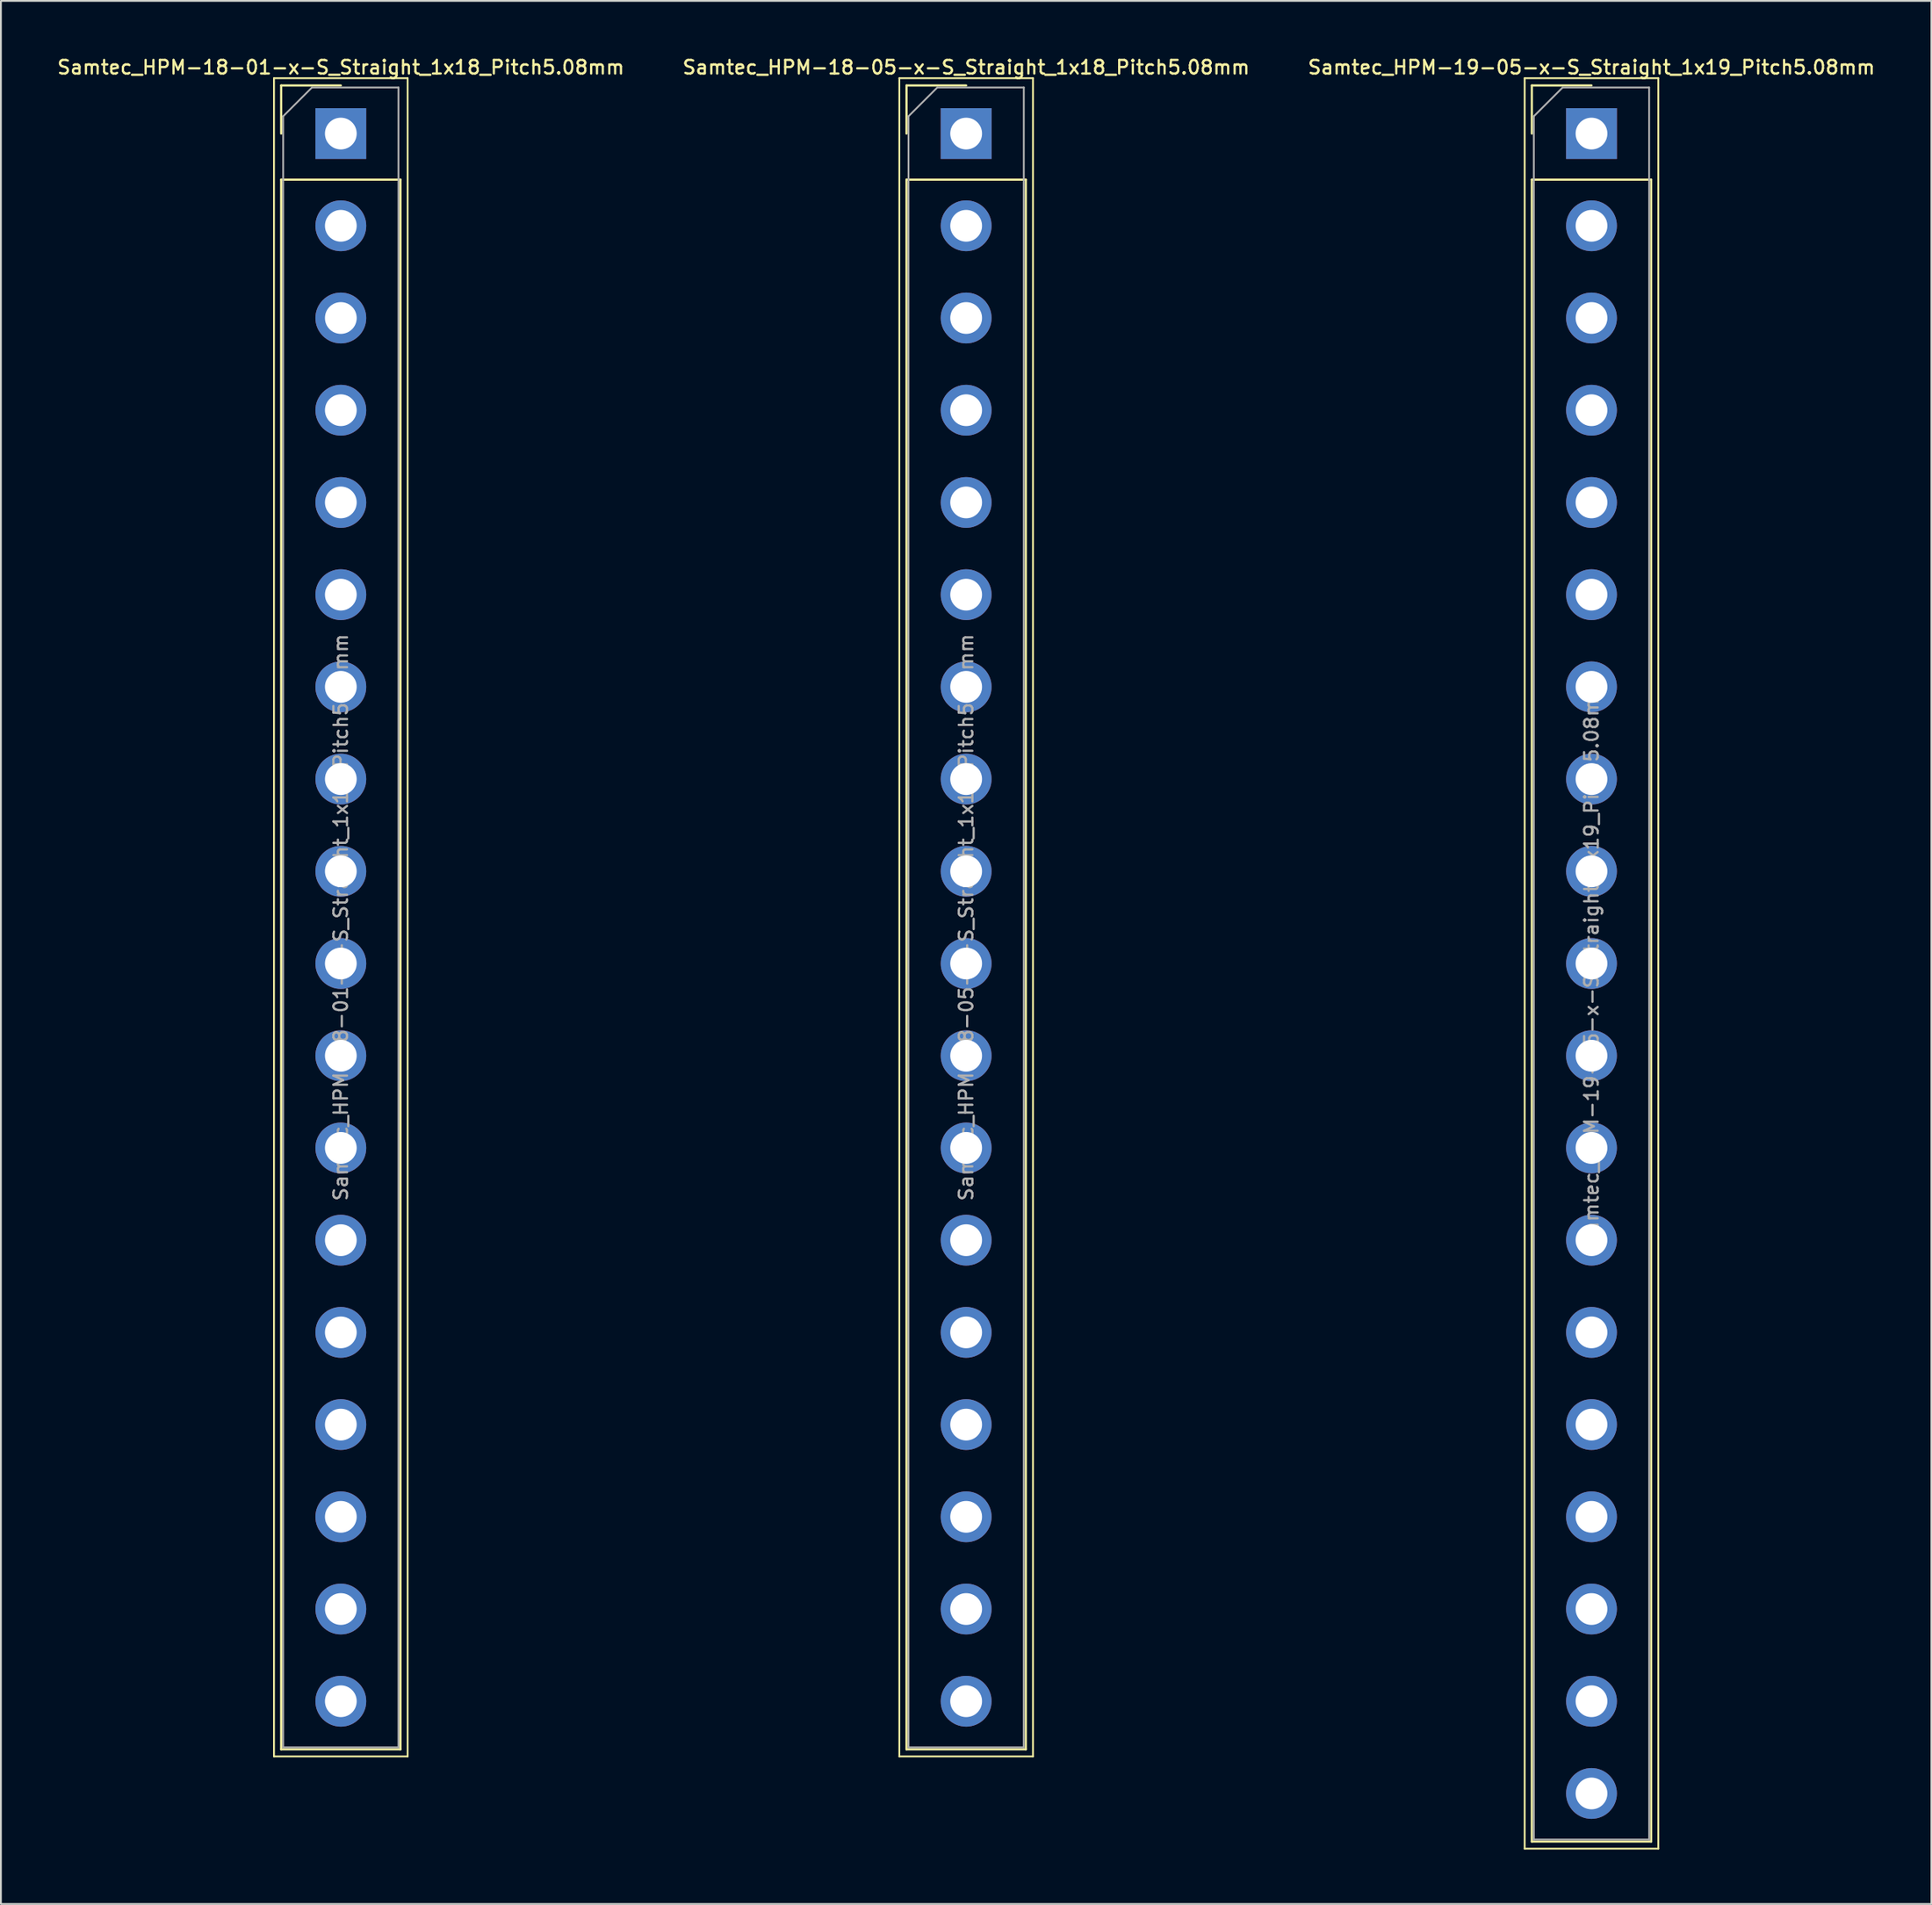
<source format=kicad_pcb>
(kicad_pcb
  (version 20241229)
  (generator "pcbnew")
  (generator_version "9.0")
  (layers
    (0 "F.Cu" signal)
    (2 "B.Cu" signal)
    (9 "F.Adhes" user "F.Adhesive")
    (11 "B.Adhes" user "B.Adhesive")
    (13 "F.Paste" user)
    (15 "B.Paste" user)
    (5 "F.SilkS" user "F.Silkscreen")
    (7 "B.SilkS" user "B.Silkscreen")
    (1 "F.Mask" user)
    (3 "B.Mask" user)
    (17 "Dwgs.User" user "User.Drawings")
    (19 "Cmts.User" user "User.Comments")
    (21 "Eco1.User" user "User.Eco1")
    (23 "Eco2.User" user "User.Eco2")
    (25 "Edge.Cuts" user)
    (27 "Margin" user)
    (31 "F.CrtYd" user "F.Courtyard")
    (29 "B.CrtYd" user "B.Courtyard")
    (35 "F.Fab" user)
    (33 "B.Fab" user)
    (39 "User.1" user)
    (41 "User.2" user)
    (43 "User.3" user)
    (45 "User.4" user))
  (footprint "Samtec_HPM-19-05-x-S_Straight_1x19_Pitch5.08mm"
    (layer "F.Cu")
    (at 84.598 4.308)
    (property "Reference" "Samtec_HPM-19-05-x-S_Straight_1x19_Pitch5.08mm" (at 0 -3.65 0) (layer "F.SilkS") (effects (font (size 0.75 0.75) (thickness 0.125))))
    (attr through_hole)
    (fp_line (start -3.68 -3.05) (end -3.68 94.48) (stroke (width 0.1) (type solid)) (layer "F.SilkS"))
    (fp_line (start -3.68 94.48) (end 3.68 94.48) (stroke (width 0.1) (type solid)) (layer "F.SilkS"))
    (fp_line (start -3.285 -2.65) (end 0 -2.65) (stroke (width 0.12) (type solid)) (layer "F.SilkS"))
    (fp_line (start -3.285 0) (end -3.285 -2.65) (stroke (width 0.12) (type solid)) (layer "F.SilkS"))
    (fp_line (start -3.285 2.54) (end -3.285 94.09) (stroke (width 0.12) (type solid)) (layer "F.SilkS"))
    (fp_line (start -3.285 2.54) (end 3.285 2.54) (stroke (width 0.12) (type solid)) (layer "F.SilkS"))
    (fp_line (start -3.285 94.09) (end 3.285 94.09) (stroke (width 0.12) (type solid)) (layer "F.SilkS"))
    (fp_line (start 3.285 2.54) (end 3.285 94.09) (stroke (width 0.12) (type solid)) (layer "F.SilkS"))
    (fp_line (start 3.68 -3.05) (end -3.68 -3.05) (stroke (width 0.1) (type solid)) (layer "F.SilkS"))
    (fp_line (start 3.68 94.48) (end 3.68 -3.05) (stroke (width 0.1) (type solid)) (layer "F.SilkS"))
    (fp_line (start -3.175 -0.953) (end -1.587 -2.54) (stroke (width 0.1) (type solid)) (layer "F.Fab"))
    (fp_line (start -3.175 93.98) (end -3.175 -0.953) (stroke (width 0.1) (type solid)) (layer "F.Fab"))
    (fp_line (start -1.587 -2.54) (end 3.175 -2.54) (stroke (width 0.1) (type solid)) (layer "F.Fab"))
    (fp_line (start 3.175 -2.54) (end 3.175 93.98) (stroke (width 0.1) (type solid)) (layer "F.Fab"))
    (fp_line (start 3.175 93.98) (end -3.175 93.98) (stroke (width 0.1) (type solid)) (layer "F.Fab"))
    (fp_text user "${REFERENCE}" (at 0 45.72 90) (layer "F.Fab") (effects (font (size 0.75 0.75) (thickness 0.125))))
    (pad "1" thru_hole rect (at 0 0) (size 2.8 2.8) (drill 1.75) (layers "*.Cu" "*.Mask"))
    (pad "2" thru_hole circle (at 0 5.08) (size 2.8 2.8) (drill 1.75) (layers "*.Cu" "*.Mask"))
    (pad "3" thru_hole circle (at 0 10.16) (size 2.8 2.8) (drill 1.75) (layers "*.Cu" "*.Mask"))
    (pad "4" thru_hole circle (at 0 15.24) (size 2.8 2.8) (drill 1.75) (layers "*.Cu" "*.Mask"))
    (pad "5" thru_hole circle (at 0 20.32) (size 2.8 2.8) (drill 1.75) (layers "*.Cu" "*.Mask"))
    (pad "6" thru_hole circle (at 0 25.4) (size 2.8 2.8) (drill 1.75) (layers "*.Cu" "*.Mask"))
    (pad "7" thru_hole circle (at 0 30.48) (size 2.8 2.8) (drill 1.75) (layers "*.Cu" "*.Mask"))
    (pad "8" thru_hole circle (at 0 35.56) (size 2.8 2.8) (drill 1.75) (layers "*.Cu" "*.Mask"))
    (pad "9" thru_hole circle (at 0 40.64) (size 2.8 2.8) (drill 1.75) (layers "*.Cu" "*.Mask"))
    (pad "10" thru_hole circle (at 0 45.72) (size 2.8 2.8) (drill 1.75) (layers "*.Cu" "*.Mask"))
    (pad "11" thru_hole circle (at 0 50.8) (size 2.8 2.8) (drill 1.75) (layers "*.Cu" "*.Mask"))
    (pad "12" thru_hole circle (at 0 55.88) (size 2.8 2.8) (drill 1.75) (layers "*.Cu" "*.Mask"))
    (pad "13" thru_hole circle (at 0 60.96) (size 2.8 2.8) (drill 1.75) (layers "*.Cu" "*.Mask"))
    (pad "14" thru_hole circle (at 0 66.04) (size 2.8 2.8) (drill 1.75) (layers "*.Cu" "*.Mask"))
    (pad "15" thru_hole circle (at 0 71.12) (size 2.8 2.8) (drill 1.75) (layers "*.Cu" "*.Mask"))
    (pad "16" thru_hole circle (at 0 76.2) (size 2.8 2.8) (drill 1.75) (layers "*.Cu" "*.Mask"))
    (pad "17" thru_hole circle (at 0 81.28) (size 2.8 2.8) (drill 1.75) (layers "*.Cu" "*.Mask"))
    (pad "18" thru_hole circle (at 0 86.36) (size 2.8 2.8) (drill 1.75) (layers "*.Cu" "*.Mask"))
    (pad "19" thru_hole circle (at 0 91.44) (size 2.8 2.8) (drill 1.75) (layers "*.Cu" "*.Mask")))
  (footprint "Samtec_HPM-18-01-x-S_Straight_1x18_Pitch5.08mm"
    (layer "F.Cu")
    (at 15.72 4.308)
    (property "Reference" "Samtec_HPM-18-01-x-S_Straight_1x18_Pitch5.08mm" (at 0 -3.65 0) (layer "F.SilkS") (effects (font (size 0.75 0.75) (thickness 0.125))))
    (attr through_hole)
    (fp_line (start -3.68 -3.05) (end -3.68 89.4) (stroke (width 0.1) (type solid)) (layer "F.SilkS"))
    (fp_line (start -3.68 89.4) (end 3.68 89.4) (stroke (width 0.1) (type solid)) (layer "F.SilkS"))
    (fp_line (start -3.285 -2.65) (end 0 -2.65) (stroke (width 0.12) (type solid)) (layer "F.SilkS"))
    (fp_line (start -3.285 0) (end -3.285 -2.65) (stroke (width 0.12) (type solid)) (layer "F.SilkS"))
    (fp_line (start -3.285 2.54) (end -3.285 89.01) (stroke (width 0.12) (type solid)) (layer "F.SilkS"))
    (fp_line (start -3.285 2.54) (end 3.285 2.54) (stroke (width 0.12) (type solid)) (layer "F.SilkS"))
    (fp_line (start -3.285 89.01) (end 3.285 89.01) (stroke (width 0.12) (type solid)) (layer "F.SilkS"))
    (fp_line (start 3.285 2.54) (end 3.285 89.01) (stroke (width 0.12) (type solid)) (layer "F.SilkS"))
    (fp_line (start 3.68 -3.05) (end -3.68 -3.05) (stroke (width 0.1) (type solid)) (layer "F.SilkS"))
    (fp_line (start 3.68 89.4) (end 3.68 -3.05) (stroke (width 0.1) (type solid)) (layer "F.SilkS"))
    (fp_line (start -3.175 -0.953) (end -1.587 -2.54) (stroke (width 0.1) (type solid)) (layer "F.Fab"))
    (fp_line (start -3.175 88.9) (end -3.175 -0.953) (stroke (width 0.1) (type solid)) (layer "F.Fab"))
    (fp_line (start -1.587 -2.54) (end 3.175 -2.54) (stroke (width 0.1) (type solid)) (layer "F.Fab"))
    (fp_line (start 3.175 -2.54) (end 3.175 88.9) (stroke (width 0.1) (type solid)) (layer "F.Fab"))
    (fp_line (start 3.175 88.9) (end -3.175 88.9) (stroke (width 0.1) (type solid)) (layer "F.Fab"))
    (fp_text user "${REFERENCE}" (at 0 43.18 90) (layer "F.Fab") (effects (font (size 0.75 0.75) (thickness 0.125))))
    (pad "1" thru_hole rect (at 0 0) (size 2.8 2.8) (drill 1.75) (layers "*.Cu" "*.Mask"))
    (pad "2" thru_hole circle (at 0 5.08) (size 2.8 2.8) (drill 1.75) (layers "*.Cu" "*.Mask"))
    (pad "3" thru_hole circle (at 0 10.16) (size 2.8 2.8) (drill 1.75) (layers "*.Cu" "*.Mask"))
    (pad "4" thru_hole circle (at 0 15.24) (size 2.8 2.8) (drill 1.75) (layers "*.Cu" "*.Mask"))
    (pad "5" thru_hole circle (at 0 20.32) (size 2.8 2.8) (drill 1.75) (layers "*.Cu" "*.Mask"))
    (pad "6" thru_hole circle (at 0 25.4) (size 2.8 2.8) (drill 1.75) (layers "*.Cu" "*.Mask"))
    (pad "7" thru_hole circle (at 0 30.48) (size 2.8 2.8) (drill 1.75) (layers "*.Cu" "*.Mask"))
    (pad "8" thru_hole circle (at 0 35.56) (size 2.8 2.8) (drill 1.75) (layers "*.Cu" "*.Mask"))
    (pad "9" thru_hole circle (at 0 40.64) (size 2.8 2.8) (drill 1.75) (layers "*.Cu" "*.Mask"))
    (pad "10" thru_hole circle (at 0 45.72) (size 2.8 2.8) (drill 1.75) (layers "*.Cu" "*.Mask"))
    (pad "11" thru_hole circle (at 0 50.8) (size 2.8 2.8) (drill 1.75) (layers "*.Cu" "*.Mask"))
    (pad "12" thru_hole circle (at 0 55.88) (size 2.8 2.8) (drill 1.75) (layers "*.Cu" "*.Mask"))
    (pad "13" thru_hole circle (at 0 60.96) (size 2.8 2.8) (drill 1.75) (layers "*.Cu" "*.Mask"))
    (pad "14" thru_hole circle (at 0 66.04) (size 2.8 2.8) (drill 1.75) (layers "*.Cu" "*.Mask"))
    (pad "15" thru_hole circle (at 0 71.12) (size 2.8 2.8) (drill 1.75) (layers "*.Cu" "*.Mask"))
    (pad "16" thru_hole circle (at 0 76.2) (size 2.8 2.8) (drill 1.75) (layers "*.Cu" "*.Mask"))
    (pad "17" thru_hole circle (at 0 81.28) (size 2.8 2.8) (drill 1.75) (layers "*.Cu" "*.Mask"))
    (pad "18" thru_hole circle (at 0 86.36) (size 2.8 2.8) (drill 1.75) (layers "*.Cu" "*.Mask")))
  (footprint "Samtec_HPM-18-05-x-S_Straight_1x18_Pitch5.08mm"
    (layer "F.Cu")
    (at 50.159 4.308)
    (property "Reference" "Samtec_HPM-18-05-x-S_Straight_1x18_Pitch5.08mm" (at 0 -3.65 0) (layer "F.SilkS") (effects (font (size 0.75 0.75) (thickness 0.125))))
    (attr through_hole)
    (fp_line (start -3.68 -3.05) (end -3.68 89.4) (stroke (width 0.1) (type solid)) (layer "F.SilkS"))
    (fp_line (start -3.68 89.4) (end 3.68 89.4) (stroke (width 0.1) (type solid)) (layer "F.SilkS"))
    (fp_line (start -3.285 -2.65) (end 0 -2.65) (stroke (width 0.12) (type solid)) (layer "F.SilkS"))
    (fp_line (start -3.285 0) (end -3.285 -2.65) (stroke (width 0.12) (type solid)) (layer "F.SilkS"))
    (fp_line (start -3.285 2.54) (end -3.285 89.01) (stroke (width 0.12) (type solid)) (layer "F.SilkS"))
    (fp_line (start -3.285 2.54) (end 3.285 2.54) (stroke (width 0.12) (type solid)) (layer "F.SilkS"))
    (fp_line (start -3.285 89.01) (end 3.285 89.01) (stroke (width 0.12) (type solid)) (layer "F.SilkS"))
    (fp_line (start 3.285 2.54) (end 3.285 89.01) (stroke (width 0.12) (type solid)) (layer "F.SilkS"))
    (fp_line (start 3.68 -3.05) (end -3.68 -3.05) (stroke (width 0.1) (type solid)) (layer "F.SilkS"))
    (fp_line (start 3.68 89.4) (end 3.68 -3.05) (stroke (width 0.1) (type solid)) (layer "F.SilkS"))
    (fp_line (start -3.175 -0.953) (end -1.587 -2.54) (stroke (width 0.1) (type solid)) (layer "F.Fab"))
    (fp_line (start -3.175 88.9) (end -3.175 -0.953) (stroke (width 0.1) (type solid)) (layer "F.Fab"))
    (fp_line (start -1.587 -2.54) (end 3.175 -2.54) (stroke (width 0.1) (type solid)) (layer "F.Fab"))
    (fp_line (start 3.175 -2.54) (end 3.175 88.9) (stroke (width 0.1) (type solid)) (layer "F.Fab"))
    (fp_line (start 3.175 88.9) (end -3.175 88.9) (stroke (width 0.1) (type solid)) (layer "F.Fab"))
    (fp_text user "${REFERENCE}" (at 0 43.18 90) (layer "F.Fab") (effects (font (size 0.75 0.75) (thickness 0.125))))
    (pad "1" thru_hole rect (at 0 0) (size 2.8 2.8) (drill 1.75) (layers "*.Cu" "*.Mask"))
    (pad "2" thru_hole circle (at 0 5.08) (size 2.8 2.8) (drill 1.75) (layers "*.Cu" "*.Mask"))
    (pad "3" thru_hole circle (at 0 10.16) (size 2.8 2.8) (drill 1.75) (layers "*.Cu" "*.Mask"))
    (pad "4" thru_hole circle (at 0 15.24) (size 2.8 2.8) (drill 1.75) (layers "*.Cu" "*.Mask"))
    (pad "5" thru_hole circle (at 0 20.32) (size 2.8 2.8) (drill 1.75) (layers "*.Cu" "*.Mask"))
    (pad "6" thru_hole circle (at 0 25.4) (size 2.8 2.8) (drill 1.75) (layers "*.Cu" "*.Mask"))
    (pad "7" thru_hole circle (at 0 30.48) (size 2.8 2.8) (drill 1.75) (layers "*.Cu" "*.Mask"))
    (pad "8" thru_hole circle (at 0 35.56) (size 2.8 2.8) (drill 1.75) (layers "*.Cu" "*.Mask"))
    (pad "9" thru_hole circle (at 0 40.64) (size 2.8 2.8) (drill 1.75) (layers "*.Cu" "*.Mask"))
    (pad "10" thru_hole circle (at 0 45.72) (size 2.8 2.8) (drill 1.75) (layers "*.Cu" "*.Mask"))
    (pad "11" thru_hole circle (at 0 50.8) (size 2.8 2.8) (drill 1.75) (layers "*.Cu" "*.Mask"))
    (pad "12" thru_hole circle (at 0 55.88) (size 2.8 2.8) (drill 1.75) (layers "*.Cu" "*.Mask"))
    (pad "13" thru_hole circle (at 0 60.96) (size 2.8 2.8) (drill 1.75) (layers "*.Cu" "*.Mask"))
    (pad "14" thru_hole circle (at 0 66.04) (size 2.8 2.8) (drill 1.75) (layers "*.Cu" "*.Mask"))
    (pad "15" thru_hole circle (at 0 71.12) (size 2.8 2.8) (drill 1.75) (layers "*.Cu" "*.Mask"))
    (pad "16" thru_hole circle (at 0 76.2) (size 2.8 2.8) (drill 1.75) (layers "*.Cu" "*.Mask"))
    (pad "17" thru_hole circle (at 0 81.28) (size 2.8 2.8) (drill 1.75) (layers "*.Cu" "*.Mask"))
    (pad "18" thru_hole circle (at 0 86.36) (size 2.8 2.8) (drill 1.75) (layers "*.Cu" "*.Mask")))
  (gr_rect
    (start -3 -3)
    (end 103.318 101.838)
    (stroke (width 0.1) (type default))
    (fill no)
    (layer "Edge.Cuts")))
</source>
